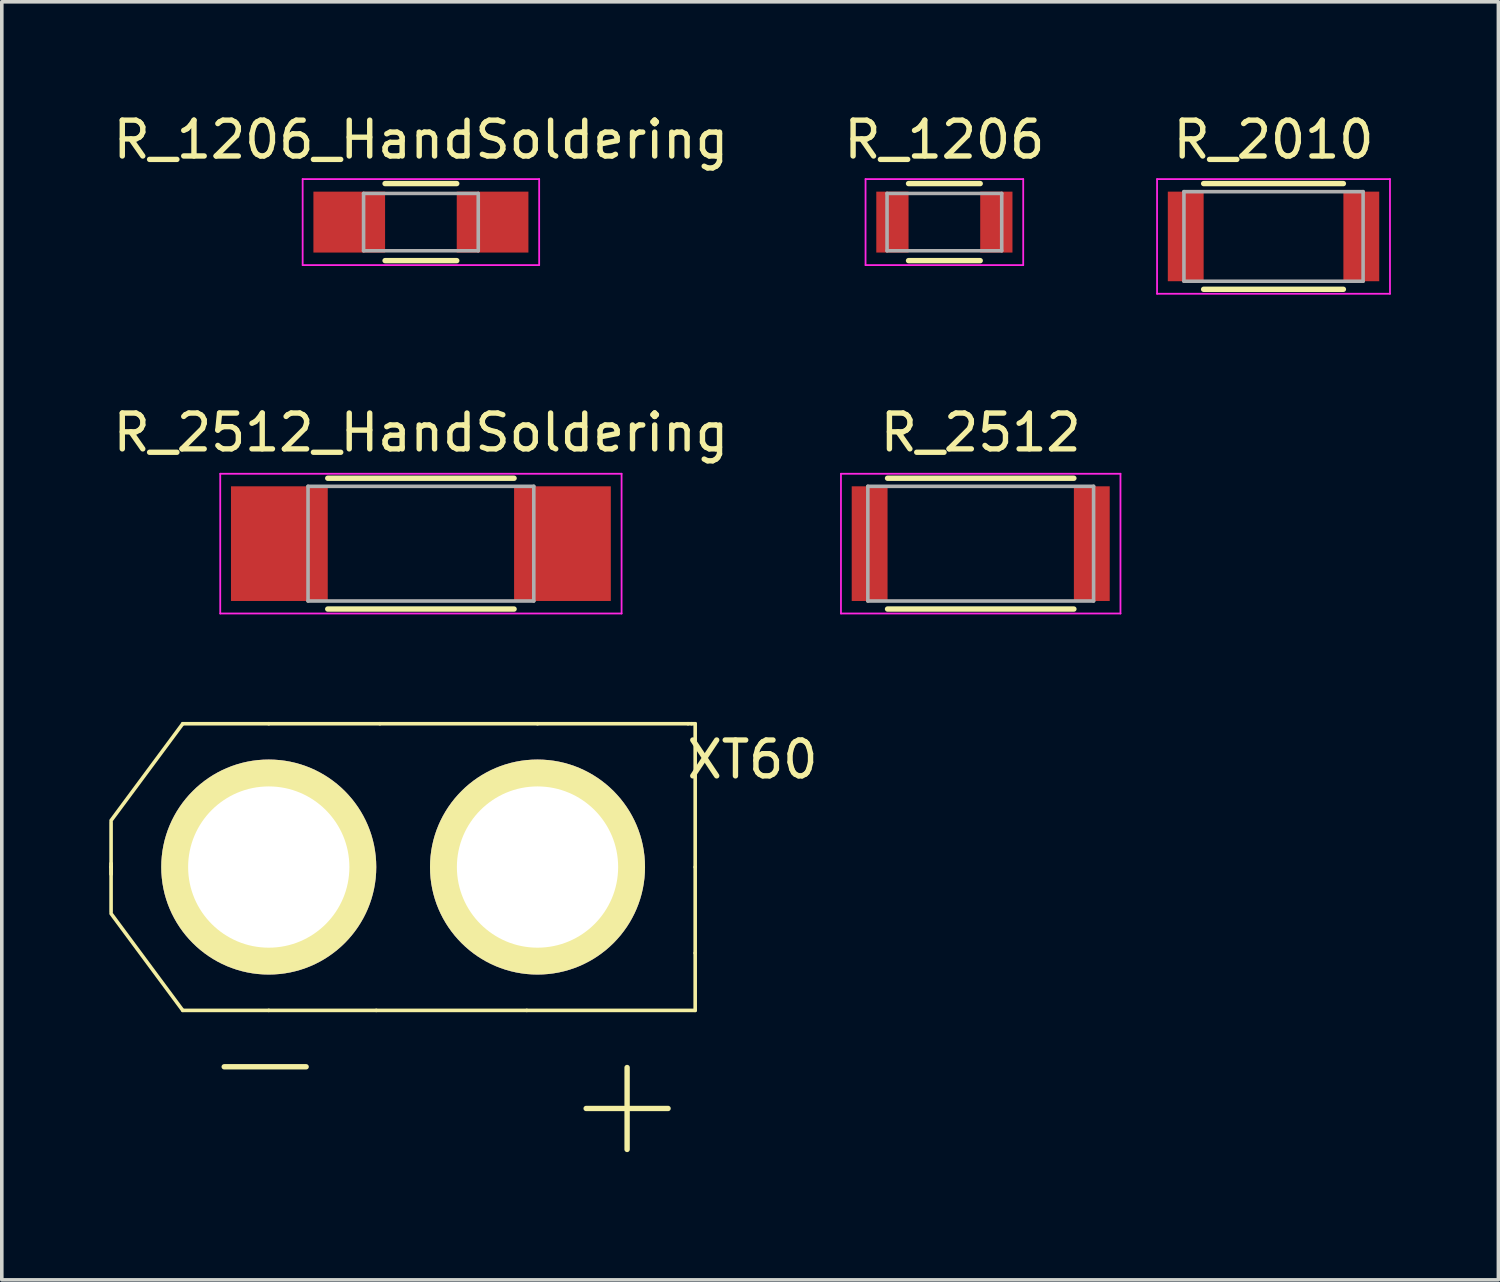
<source format=kicad_pcb>
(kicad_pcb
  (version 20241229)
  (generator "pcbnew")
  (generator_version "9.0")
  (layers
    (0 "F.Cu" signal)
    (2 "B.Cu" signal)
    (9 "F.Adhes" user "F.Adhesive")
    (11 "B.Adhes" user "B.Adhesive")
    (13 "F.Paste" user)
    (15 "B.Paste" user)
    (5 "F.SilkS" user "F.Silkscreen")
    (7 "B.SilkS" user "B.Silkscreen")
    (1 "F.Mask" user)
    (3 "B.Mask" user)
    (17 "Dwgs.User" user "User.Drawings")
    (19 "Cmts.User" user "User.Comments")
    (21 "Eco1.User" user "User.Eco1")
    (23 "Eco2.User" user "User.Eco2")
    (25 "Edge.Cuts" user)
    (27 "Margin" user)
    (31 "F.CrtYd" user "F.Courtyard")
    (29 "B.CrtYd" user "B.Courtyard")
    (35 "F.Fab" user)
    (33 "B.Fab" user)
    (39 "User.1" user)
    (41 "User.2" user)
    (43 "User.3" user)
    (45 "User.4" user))
  (footprint "R_2010"
    (layer "F.Cu")
    (at 32.489 3.548)
    (property "Reference" "R_2010" (at 0 -2.7 0) (layer "F.SilkS") (effects (font (size 1 1) (thickness 0.15))))
    (attr smd)
    (fp_line (start -1.95 -1.475) (end 1.95 -1.475) (stroke (width 0.15) (type solid)) (layer "F.SilkS"))
    (fp_line (start 1.95 1.475) (end -1.95 1.475) (stroke (width 0.15) (type solid)) (layer "F.SilkS"))
    (fp_line (start -3.25 -1.6) (end -3.25 1.6) (stroke (width 0.05) (type solid)) (layer "F.CrtYd"))
    (fp_line (start -3.25 -1.6) (end 3.25 -1.6) (stroke (width 0.05) (type solid)) (layer "F.CrtYd"))
    (fp_line (start -3.25 1.6) (end 3.25 1.6) (stroke (width 0.05) (type solid)) (layer "F.CrtYd"))
    (fp_line (start 3.25 -1.6) (end 3.25 1.6) (stroke (width 0.05) (type solid)) (layer "F.CrtYd"))
    (fp_line (start -2.5 -1.25) (end 2.5 -1.25) (stroke (width 0.1) (type solid)) (layer "F.Fab"))
    (fp_line (start -2.5 1.25) (end -2.5 -1.25) (stroke (width 0.1) (type solid)) (layer "F.Fab"))
    (fp_line (start 2.5 -1.25) (end 2.5 1.25) (stroke (width 0.1) (type solid)) (layer "F.Fab"))
    (fp_line (start 2.5 1.25) (end -2.5 1.25) (stroke (width 0.1) (type solid)) (layer "F.Fab"))
    (pad "1" smd rect (at -2.45 0) (size 1 2.5) (layers "F.Cu" "F.Mask" "F.Paste"))
    (pad "2" smd rect (at 2.45 0) (size 1 2.5) (layers "F.Cu" "F.Mask" "F.Paste")))
  (footprint "R_2512"
    (layer "F.Cu")
    (at 24.318 12.121)
    (property "Reference" "R_2512" (at 0 -3.1 0) (layer "F.SilkS") (effects (font (size 1 1) (thickness 0.15))))
    (attr smd)
    (fp_line (start -2.6 -1.825) (end 2.6 -1.825) (stroke (width 0.15) (type solid)) (layer "F.SilkS"))
    (fp_line (start 2.6 1.825) (end -2.6 1.825) (stroke (width 0.15) (type solid)) (layer "F.SilkS"))
    (fp_line (start -3.9 -1.95) (end -3.9 1.95) (stroke (width 0.05) (type solid)) (layer "F.CrtYd"))
    (fp_line (start -3.9 -1.95) (end 3.9 -1.95) (stroke (width 0.05) (type solid)) (layer "F.CrtYd"))
    (fp_line (start -3.9 1.95) (end 3.9 1.95) (stroke (width 0.05) (type solid)) (layer "F.CrtYd"))
    (fp_line (start 3.9 -1.95) (end 3.9 1.95) (stroke (width 0.05) (type solid)) (layer "F.CrtYd"))
    (fp_line (start -3.15 -1.6) (end 3.15 -1.6) (stroke (width 0.1) (type solid)) (layer "F.Fab"))
    (fp_line (start -3.15 1.6) (end -3.15 -1.6) (stroke (width 0.1) (type solid)) (layer "F.Fab"))
    (fp_line (start 3.15 -1.6) (end 3.15 1.6) (stroke (width 0.1) (type solid)) (layer "F.Fab"))
    (fp_line (start 3.15 1.6) (end -3.15 1.6) (stroke (width 0.1) (type solid)) (layer "F.Fab"))
    (pad "1" smd rect (at -3.1 0) (size 1 3.2) (layers "F.Cu" "F.Mask" "F.Paste"))
    (pad "2" smd rect (at 3.1 0) (size 1 3.2) (layers "F.Cu" "F.Mask" "F.Paste")))
  (footprint "R_1206"
    (layer "F.Cu")
    (at 23.304 3.148)
    (property "Reference" "R_1206" (at 0 -2.3 0) (layer "F.SilkS") (effects (font (size 1 1) (thickness 0.15))))
    (attr smd)
    (fp_line (start -1 -1.075) (end 1 -1.075) (stroke (width 0.15) (type solid)) (layer "F.SilkS"))
    (fp_line (start 1 1.075) (end -1 1.075) (stroke (width 0.15) (type solid)) (layer "F.SilkS"))
    (fp_line (start -2.2 -1.2) (end -2.2 1.2) (stroke (width 0.05) (type solid)) (layer "F.CrtYd"))
    (fp_line (start -2.2 -1.2) (end 2.2 -1.2) (stroke (width 0.05) (type solid)) (layer "F.CrtYd"))
    (fp_line (start -2.2 1.2) (end 2.2 1.2) (stroke (width 0.05) (type solid)) (layer "F.CrtYd"))
    (fp_line (start 2.2 -1.2) (end 2.2 1.2) (stroke (width 0.05) (type solid)) (layer "F.CrtYd"))
    (fp_line (start -1.6 -0.8) (end 1.6 -0.8) (stroke (width 0.1) (type solid)) (layer "F.Fab"))
    (fp_line (start -1.6 0.8) (end -1.6 -0.8) (stroke (width 0.1) (type solid)) (layer "F.Fab"))
    (fp_line (start 1.6 -0.8) (end 1.6 0.8) (stroke (width 0.1) (type solid)) (layer "F.Fab"))
    (fp_line (start 1.6 0.8) (end -1.6 0.8) (stroke (width 0.1) (type solid)) (layer "F.Fab"))
    (pad "1" smd rect (at -1.45 0) (size 0.9 1.7) (layers "F.Cu" "F.Mask" "F.Paste"))
    (pad "2" smd rect (at 1.45 0) (size 0.9 1.7) (layers "F.Cu" "F.Mask" "F.Paste")))
  (footprint "R_1206_HandSoldering"
    (layer "F.Cu")
    (at 8.696 3.148)
    (property "Reference" "R_1206_HandSoldering" (at 0 -2.3 0) (layer "F.SilkS") (effects (font (size 1 1) (thickness 0.15))))
    (attr smd)
    (fp_line (start -1 -1.075) (end 1 -1.075) (stroke (width 0.15) (type solid)) (layer "F.SilkS"))
    (fp_line (start 1 1.075) (end -1 1.075) (stroke (width 0.15) (type solid)) (layer "F.SilkS"))
    (fp_line (start -3.3 -1.2) (end -3.3 1.2) (stroke (width 0.05) (type solid)) (layer "F.CrtYd"))
    (fp_line (start -3.3 -1.2) (end 3.3 -1.2) (stroke (width 0.05) (type solid)) (layer "F.CrtYd"))
    (fp_line (start -3.3 1.2) (end 3.3 1.2) (stroke (width 0.05) (type solid)) (layer "F.CrtYd"))
    (fp_line (start 3.3 -1.2) (end 3.3 1.2) (stroke (width 0.05) (type solid)) (layer "F.CrtYd"))
    (fp_line (start -1.6 -0.8) (end 1.6 -0.8) (stroke (width 0.1) (type solid)) (layer "F.Fab"))
    (fp_line (start -1.6 0.8) (end -1.6 -0.8) (stroke (width 0.1) (type solid)) (layer "F.Fab"))
    (fp_line (start 1.6 -0.8) (end 1.6 0.8) (stroke (width 0.1) (type solid)) (layer "F.Fab"))
    (fp_line (start 1.6 0.8) (end -1.6 0.8) (stroke (width 0.1) (type solid)) (layer "F.Fab"))
    (pad "1" smd rect (at -2 0) (size 2 1.7) (layers "F.Cu" "F.Mask" "F.Paste"))
    (pad "2" smd rect (at 2 0) (size 2 1.7) (layers "F.Cu" "F.Mask" "F.Paste")))
  (footprint "R_2512_HandSoldering"
    (layer "F.Cu")
    (at 8.696 12.121)
    (property "Reference" "R_2512_HandSoldering" (at 0 -3.1 0) (layer "F.SilkS") (effects (font (size 1 1) (thickness 0.15))))
    (attr smd)
    (fp_line (start -2.6 -1.825) (end 2.6 -1.825) (stroke (width 0.15) (type solid)) (layer "F.SilkS"))
    (fp_line (start 2.6 1.825) (end -2.6 1.825) (stroke (width 0.15) (type solid)) (layer "F.SilkS"))
    (fp_line (start -5.6 -1.95) (end -5.6 1.95) (stroke (width 0.05) (type solid)) (layer "F.CrtYd"))
    (fp_line (start -5.6 -1.95) (end 5.6 -1.95) (stroke (width 0.05) (type solid)) (layer "F.CrtYd"))
    (fp_line (start -5.6 1.95) (end 5.6 1.95) (stroke (width 0.05) (type solid)) (layer "F.CrtYd"))
    (fp_line (start 5.6 -1.95) (end 5.6 1.95) (stroke (width 0.05) (type solid)) (layer "F.CrtYd"))
    (fp_line (start -3.15 -1.6) (end 3.15 -1.6) (stroke (width 0.1) (type solid)) (layer "F.Fab"))
    (fp_line (start -3.15 1.6) (end -3.15 -1.6) (stroke (width 0.1) (type solid)) (layer "F.Fab"))
    (fp_line (start 3.15 -1.6) (end 3.15 1.6) (stroke (width 0.1) (type solid)) (layer "F.Fab"))
    (fp_line (start 3.15 1.6) (end -3.15 1.6) (stroke (width 0.1) (type solid)) (layer "F.Fab"))
    (pad "1" smd rect (at -3.95 0) (size 2.7 3.2) (layers "F.Cu" "F.Mask" "F.Paste"))
    (pad "2" smd rect (at 3.95 0) (size 2.7 3.2) (layers "F.Cu" "F.Mask" "F.Paste")))
  (footprint "XT60"
    (layer "F.Cu")
    (at 4.45 21.146)
    (property "Reference" "XT60" (at 13.5 -3 0) (layer "F.SilkS") (effects (font (size 1 1) (thickness 0.15))))
    (attr through_hole)
    (fp_line (start -4.4 -0.1) (end -4.4 0.2) (stroke (width 0.1) (type solid)) (layer "F.SilkS"))
    (fp_line (start -4.4 0) (end -4.4 -1.25) (stroke (width 0.1) (type solid)) (layer "F.SilkS"))
    (fp_line (start -4.4 0) (end -4.4 1.25) (stroke (width 0.1) (type solid)) (layer "F.SilkS"))
    (fp_line (start -2.4 -4) (end -4.4 -1.3) (stroke (width 0.1) (type solid)) (layer "F.SilkS"))
    (fp_line (start -2.4 4) (end -4.4 1.3) (stroke (width 0.1) (type solid)) (layer "F.SilkS"))
    (fp_line (start 0 -4) (end -2.4 -4) (stroke (width 0.1) (type solid)) (layer "F.SilkS"))
    (fp_line (start 0 4) (end -2.4 4) (stroke (width 0.1) (type solid)) (layer "F.SilkS"))
    (fp_line (start 3 4) (end 0 4) (stroke (width 0.1) (type solid)) (layer "F.SilkS"))
    (fp_line (start 3.1 -4) (end 0 -4) (stroke (width 0.1) (type solid)) (layer "F.SilkS"))
    (fp_line (start 7.2 4) (end 3 4) (stroke (width 0.1) (type solid)) (layer "F.SilkS"))
    (fp_line (start 7.2 4) (end 11.9 4) (stroke (width 0.1) (type solid)) (layer "F.SilkS"))
    (fp_line (start 7.5 -4) (end 3.1 -4) (stroke (width 0.1) (type solid)) (layer "F.SilkS"))
    (fp_line (start 7.5 -4) (end 11.7 -4) (stroke (width 0.1) (type solid)) (layer "F.SilkS"))
    (fp_line (start 11.7 -4) (end 11.8 -4) (stroke (width 0.1) (type solid)) (layer "F.SilkS"))
    (fp_line (start 11.8 -4) (end 11.9 -4) (stroke (width 0.1) (type solid)) (layer "F.SilkS"))
    (fp_line (start 11.9 -4) (end 11.9 0) (stroke (width 0.1) (type solid)) (layer "F.SilkS"))
    (fp_line (start 11.9 0) (end 11.9 2.4) (stroke (width 0.1) (type solid)) (layer "F.SilkS"))
    (fp_line (start 11.9 4) (end 11.9 2.4) (stroke (width 0.1) (type solid)) (layer "F.SilkS"))
    (fp_text user "-" (at -0.1 5.5 0) (layer "F.SilkS") (effects (font (size 1 3) (thickness 0.15))))
    (fp_text user "+" (at 10 6.5 0) (layer "F.SilkS") (effects (font (size 3 3) (thickness 0.15))))
    (pad "1" thru_hole circle (at 0 0) (size 6 6) (drill 4.5) (layers "*.Cu" "*.Mask" "F.SilkS"))
    (pad "2" thru_hole circle (at 7.5 0) (size 6 6) (drill 4.5) (layers "*.Cu" "*.Mask" "F.SilkS")))
  (gr_rect
    (start -3 -3)
    (end 38.764 32.665)
    (stroke (width 0.1) (type default))
    (fill no)
    (layer "Edge.Cuts")))
</source>
